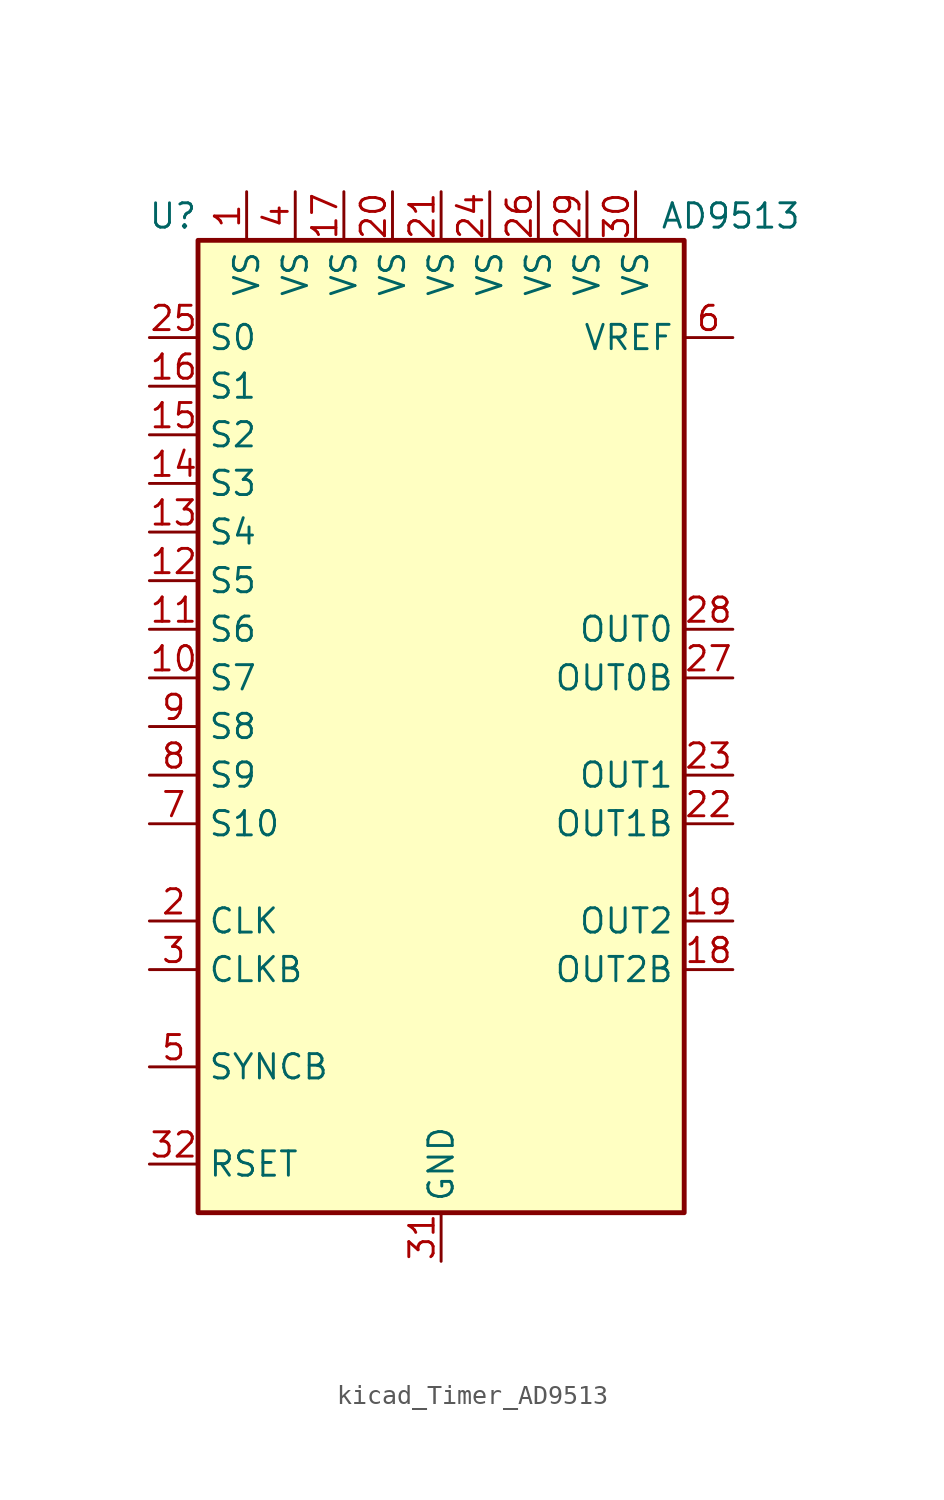
<source format=kicad_sym>
(kicad_symbol_lib
  (version 20220914)
  (generator kicad_symbol_editor)
  (symbol "kicad_Timer_AD9513"
    (property "Reference" "U"
      (at -12.7 26.67 0)
      (effects (font (size 1.27 1.27)) (justify right)))
    (property "Value" "AD9513"
      (at 11.43 26.67 0)
      (effects (font (size 1.27 1.27)) (justify left)))
    (symbol "kicad_Timer_AD9513_0_1"
      (rectangle (start -12.7 25.4) (end 12.7 -25.4) (stroke (width 0.254) (type default)) (fill (type background))))
    (symbol "kicad_Timer_AD9513_1_1"
      (pin power_in line (at -10.16 27.94 270) (length 2.54) (name "VS" (effects (font (size 1.27 1.27)))) (number "1" (effects (font (size 1.27 1.27)))))
      (pin input line (at -15.24 2.54 0) (length 2.54) (name "S7" (effects (font (size 1.27 1.27)))) (number "10" (effects (font (size 1.27 1.27)))))
      (pin input line (at -15.24 5.08 0) (length 2.54) (name "S6" (effects (font (size 1.27 1.27)))) (number "11" (effects (font (size 1.27 1.27)))))
      (pin input line (at -15.24 7.62 0) (length 2.54) (name "S5" (effects (font (size 1.27 1.27)))) (number "12" (effects (font (size 1.27 1.27)))))
      (pin input line (at -15.24 10.16 0) (length 2.54) (name "S4" (effects (font (size 1.27 1.27)))) (number "13" (effects (font (size 1.27 1.27)))))
      (pin input line (at -15.24 12.7 0) (length 2.54) (name "S3" (effects (font (size 1.27 1.27)))) (number "14" (effects (font (size 1.27 1.27)))))
      (pin input line (at -15.24 15.24 0) (length 2.54) (name "S2" (effects (font (size 1.27 1.27)))) (number "15" (effects (font (size 1.27 1.27)))))
      (pin input line (at -15.24 17.78 0) (length 2.54) (name "S1" (effects (font (size 1.27 1.27)))) (number "16" (effects (font (size 1.27 1.27)))))
      (pin power_in line (at -5.08 27.94 270) (length 2.54) (name "VS" (effects (font (size 1.27 1.27)))) (number "17" (effects (font (size 1.27 1.27)))))
      (pin output line (at 15.24 -12.7 180) (length 2.54) (name "OUT2B" (effects (font (size 1.27 1.27)))) (number "18" (effects (font (size 1.27 1.27)))))
      (pin output line (at 15.24 -10.16 180) (length 2.54) (name "OUT2" (effects (font (size 1.27 1.27)))) (number "19" (effects (font (size 1.27 1.27)))))
      (pin input line (at -15.24 -10.16 0) (length 2.54) (name "CLK" (effects (font (size 1.27 1.27)))) (number "2" (effects (font (size 1.27 1.27)))))
      (pin power_in line (at -2.54 27.94 270) (length 2.54) (name "VS" (effects (font (size 1.27 1.27)))) (number "20" (effects (font (size 1.27 1.27)))))
      (pin power_in line (at 0 27.94 270) (length 2.54) (name "VS" (effects (font (size 1.27 1.27)))) (number "21" (effects (font (size 1.27 1.27)))))
      (pin output line (at 15.24 -5.08 180) (length 2.54) (name "OUT1B" (effects (font (size 1.27 1.27)))) (number "22" (effects (font (size 1.27 1.27)))))
      (pin output line (at 15.24 -2.54 180) (length 2.54) (name "OUT1" (effects (font (size 1.27 1.27)))) (number "23" (effects (font (size 1.27 1.27)))))
      (pin power_in line (at 2.54 27.94 270) (length 2.54) (name "VS" (effects (font (size 1.27 1.27)))) (number "24" (effects (font (size 1.27 1.27)))))
      (pin input line (at -15.24 20.32 0) (length 2.54) (name "S0" (effects (font (size 1.27 1.27)))) (number "25" (effects (font (size 1.27 1.27)))))
      (pin power_in line (at 5.08 27.94 270) (length 2.54) (name "VS" (effects (font (size 1.27 1.27)))) (number "26" (effects (font (size 1.27 1.27)))))
      (pin output line (at 15.24 2.54 180) (length 2.54) (name "OUT0B" (effects (font (size 1.27 1.27)))) (number "27" (effects (font (size 1.27 1.27)))))
      (pin output line (at 15.24 5.08 180) (length 2.54) (name "OUT0" (effects (font (size 1.27 1.27)))) (number "28" (effects (font (size 1.27 1.27)))))
      (pin power_in line (at 7.62 27.94 270) (length 2.54) (name "VS" (effects (font (size 1.27 1.27)))) (number "29" (effects (font (size 1.27 1.27)))))
      (pin input line (at -15.24 -12.7 0) (length 2.54) (name "CLKB" (effects (font (size 1.27 1.27)))) (number "3" (effects (font (size 1.27 1.27)))))
      (pin power_in line (at 10.16 27.94 270) (length 2.54) (name "VS" (effects (font (size 1.27 1.27)))) (number "30" (effects (font (size 1.27 1.27)))))
      (pin power_in line (at 0 -27.94 90) (length 2.54) (name "GND" (effects (font (size 1.27 1.27)))) (number "31" (effects (font (size 1.27 1.27)))))
      (pin passive line (at -15.24 -22.86 0) (length 2.54) (name "RSET" (effects (font (size 1.27 1.27)))) (number "32" (effects (font (size 1.27 1.27)))))
      (pin passive line (at 0 -27.94 90) (length 2.54) hide (name "GND" (effects (font (size 1.27 1.27)))) (number "33" (effects (font (size 1.27 1.27)))))
      (pin power_in line (at -7.62 27.94 270) (length 2.54) (name "VS" (effects (font (size 1.27 1.27)))) (number "4" (effects (font (size 1.27 1.27)))))
      (pin input line (at -15.24 -17.78 0) (length 2.54) (name "SYNCB" (effects (font (size 1.27 1.27)))) (number "5" (effects (font (size 1.27 1.27)))))
      (pin power_out line (at 15.24 20.32 180) (length 2.54) (name "VREF" (effects (font (size 1.27 1.27)))) (number "6" (effects (font (size 1.27 1.27)))))
      (pin input line (at -15.24 -5.08 0) (length 2.54) (name "S10" (effects (font (size 1.27 1.27)))) (number "7" (effects (font (size 1.27 1.27)))))
      (pin input line (at -15.24 -2.54 0) (length 2.54) (name "S9" (effects (font (size 1.27 1.27)))) (number "8" (effects (font (size 1.27 1.27)))))
      (pin input line (at -15.24 0 0) (length 2.54) (name "S8" (effects (font (size 1.27 1.27)))) (number "9" (effects (font (size 1.27 1.27))))))))
</source>
